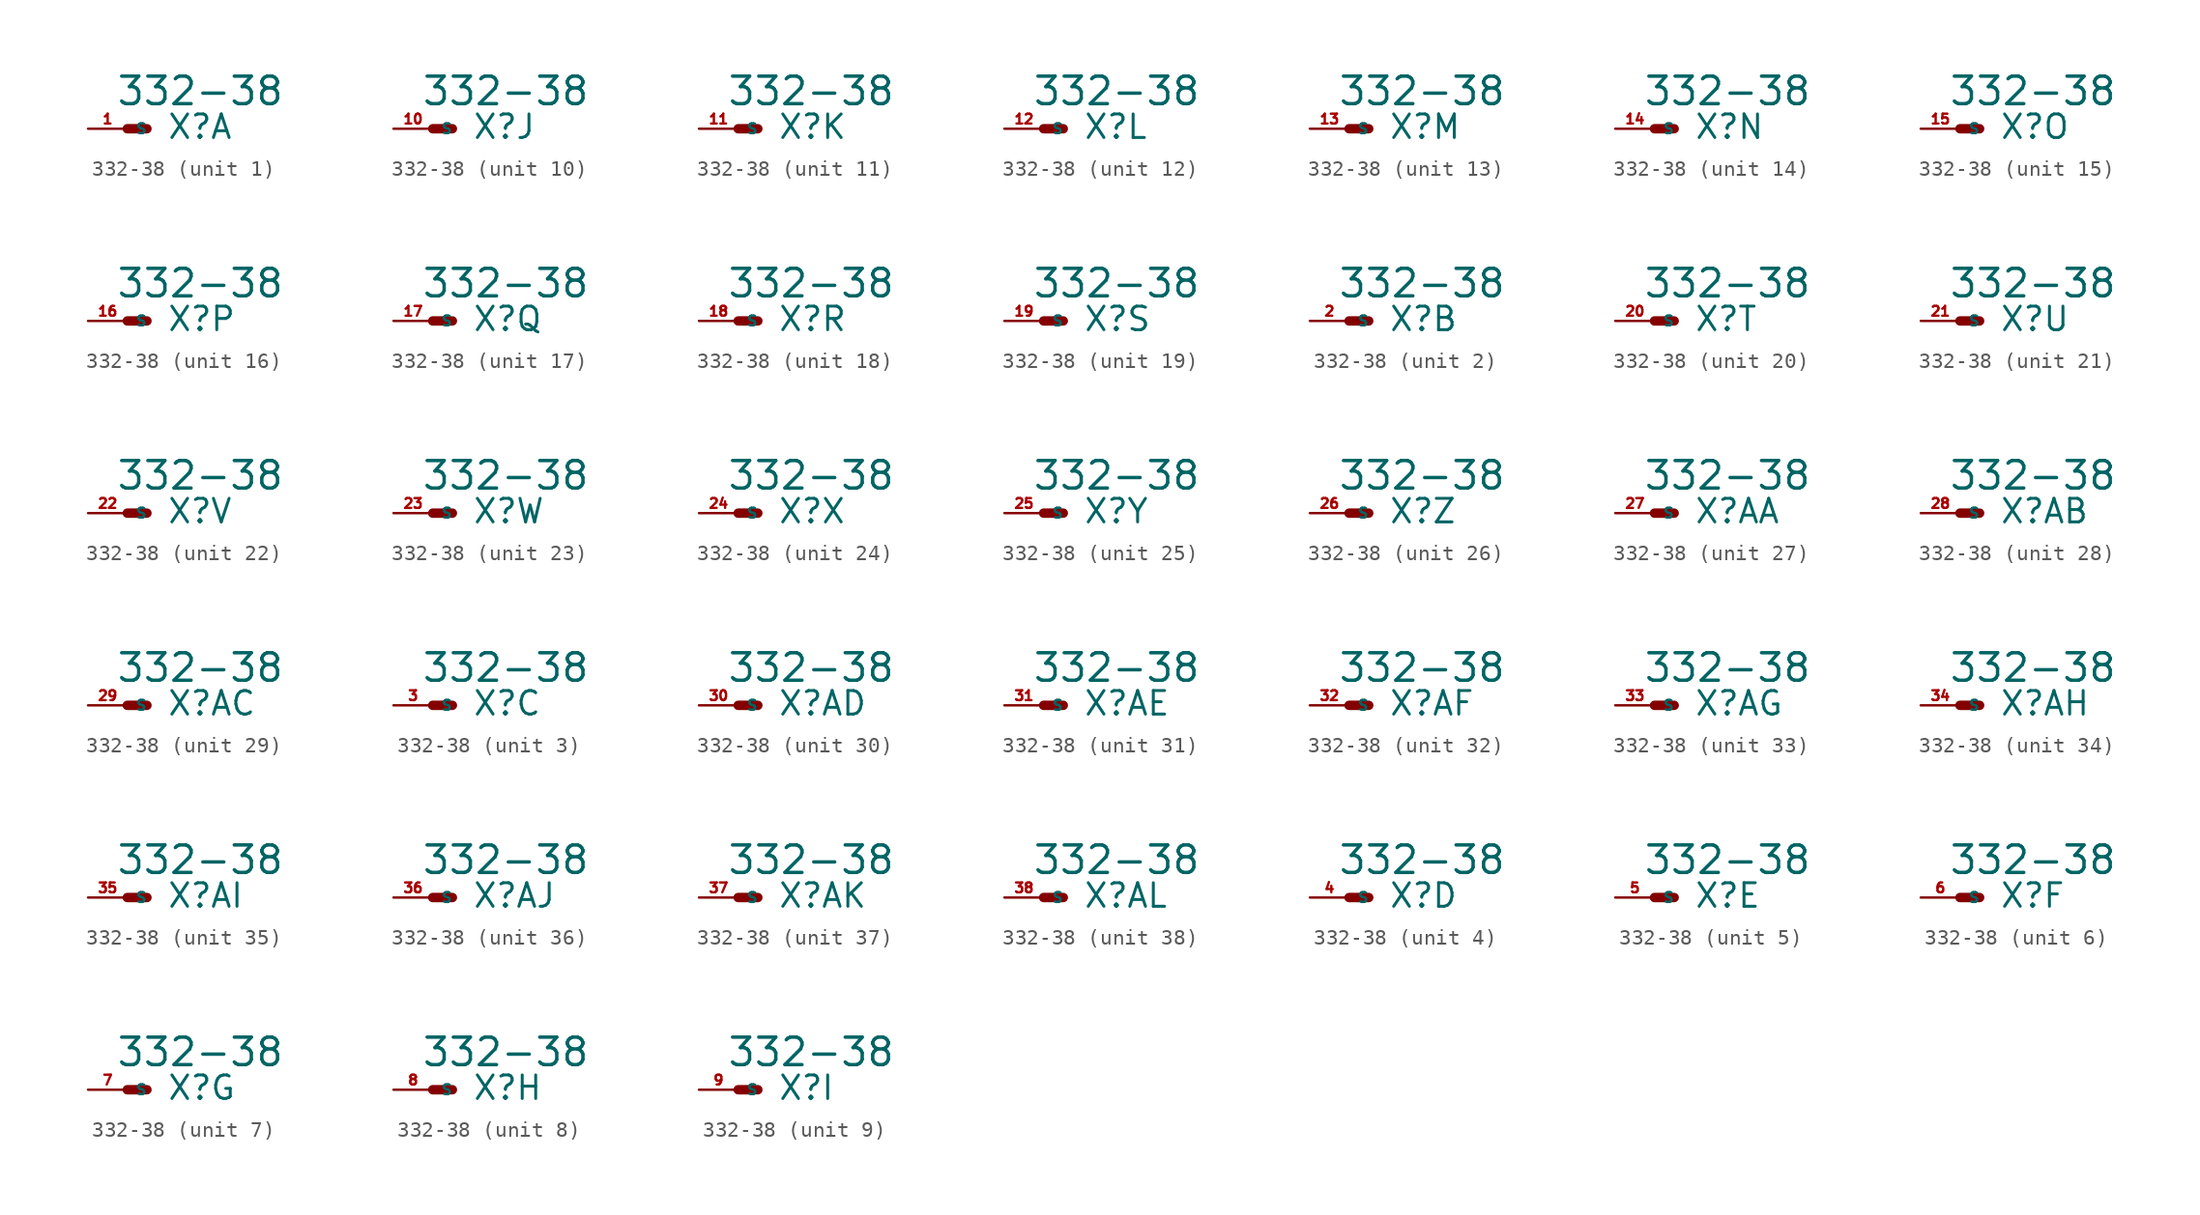
<source format=kicad_sym>
(kicad_symbol_lib
  (version 20220914)
  (generator Eagle2Kicad)
  (symbol "332-38"
    (property "Reference" "X"
      (at 2.54 -0.762 0)
      (effects (font (size 1.524 1.524) (thickness 0.19)) (justify left bottom)))
    (property "Value" "332-38"
      (at -0.762 1.397 0)
      (effects (font (size 1.778 1.778) (thickness 0.22)) (justify left bottom)))
    (symbol "332-38_1_0"
      (polyline (pts (xy 1.27 0) (xy 0 0)) (stroke (width 0.61) (type default)) (fill (type none)))
      (pin passive line (at -2.54 0 0) (length 2.54) (name "S" (effects (font (size 0.635 0.635) (thickness 0.08)) (justify left bottom))) (number "1" (effects (font (size 0.635 0.635) (thickness 0.08)) (justify left bottom)))))
    (symbol "332-38_2_0"
      (polyline (pts (xy 1.27 0) (xy 0 0)) (stroke (width 0.61) (type default)) (fill (type none)))
      (pin passive line (at -2.54 0 0) (length 2.54) (name "S" (effects (font (size 0.635 0.635) (thickness 0.08)) (justify left bottom))) (number "2" (effects (font (size 0.635 0.635) (thickness 0.08)) (justify left bottom)))))
    (symbol "332-38_3_0"
      (polyline (pts (xy 1.27 0) (xy 0 0)) (stroke (width 0.61) (type default)) (fill (type none)))
      (pin passive line (at -2.54 0 0) (length 2.54) (name "S" (effects (font (size 0.635 0.635) (thickness 0.08)) (justify left bottom))) (number "3" (effects (font (size 0.635 0.635) (thickness 0.08)) (justify left bottom)))))
    (symbol "332-38_4_0"
      (polyline (pts (xy 1.27 0) (xy 0 0)) (stroke (width 0.61) (type default)) (fill (type none)))
      (pin passive line (at -2.54 0 0) (length 2.54) (name "S" (effects (font (size 0.635 0.635) (thickness 0.08)) (justify left bottom))) (number "4" (effects (font (size 0.635 0.635) (thickness 0.08)) (justify left bottom)))))
    (symbol "332-38_5_0"
      (polyline (pts (xy 1.27 0) (xy 0 0)) (stroke (width 0.61) (type default)) (fill (type none)))
      (pin passive line (at -2.54 0 0) (length 2.54) (name "S" (effects (font (size 0.635 0.635) (thickness 0.08)) (justify left bottom))) (number "5" (effects (font (size 0.635 0.635) (thickness 0.08)) (justify left bottom)))))
    (symbol "332-38_6_0"
      (polyline (pts (xy 1.27 0) (xy 0 0)) (stroke (width 0.61) (type default)) (fill (type none)))
      (pin passive line (at -2.54 0 0) (length 2.54) (name "S" (effects (font (size 0.635 0.635) (thickness 0.08)) (justify left bottom))) (number "6" (effects (font (size 0.635 0.635) (thickness 0.08)) (justify left bottom)))))
    (symbol "332-38_7_0"
      (polyline (pts (xy 1.27 0) (xy 0 0)) (stroke (width 0.61) (type default)) (fill (type none)))
      (pin passive line (at -2.54 0 0) (length 2.54) (name "S" (effects (font (size 0.635 0.635) (thickness 0.08)) (justify left bottom))) (number "7" (effects (font (size 0.635 0.635) (thickness 0.08)) (justify left bottom)))))
    (symbol "332-38_8_0"
      (polyline (pts (xy 1.27 0) (xy 0 0)) (stroke (width 0.61) (type default)) (fill (type none)))
      (pin passive line (at -2.54 0 0) (length 2.54) (name "S" (effects (font (size 0.635 0.635) (thickness 0.08)) (justify left bottom))) (number "8" (effects (font (size 0.635 0.635) (thickness 0.08)) (justify left bottom)))))
    (symbol "332-38_9_0"
      (polyline (pts (xy 1.27 0) (xy 0 0)) (stroke (width 0.61) (type default)) (fill (type none)))
      (pin passive line (at -2.54 0 0) (length 2.54) (name "S" (effects (font (size 0.635 0.635) (thickness 0.08)) (justify left bottom))) (number "9" (effects (font (size 0.635 0.635) (thickness 0.08)) (justify left bottom)))))
    (symbol "332-38_10_0"
      (polyline (pts (xy 1.27 0) (xy 0 0)) (stroke (width 0.61) (type default)) (fill (type none)))
      (pin passive line (at -2.54 0 0) (length 2.54) (name "S" (effects (font (size 0.635 0.635) (thickness 0.08)) (justify left bottom))) (number "10" (effects (font (size 0.635 0.635) (thickness 0.08)) (justify left bottom)))))
    (symbol "332-38_11_0"
      (polyline (pts (xy 1.27 0) (xy 0 0)) (stroke (width 0.61) (type default)) (fill (type none)))
      (pin passive line (at -2.54 0 0) (length 2.54) (name "S" (effects (font (size 0.635 0.635) (thickness 0.08)) (justify left bottom))) (number "11" (effects (font (size 0.635 0.635) (thickness 0.08)) (justify left bottom)))))
    (symbol "332-38_12_0"
      (polyline (pts (xy 1.27 0) (xy 0 0)) (stroke (width 0.61) (type default)) (fill (type none)))
      (pin passive line (at -2.54 0 0) (length 2.54) (name "S" (effects (font (size 0.635 0.635) (thickness 0.08)) (justify left bottom))) (number "12" (effects (font (size 0.635 0.635) (thickness 0.08)) (justify left bottom)))))
    (symbol "332-38_13_0"
      (polyline (pts (xy 1.27 0) (xy 0 0)) (stroke (width 0.61) (type default)) (fill (type none)))
      (pin passive line (at -2.54 0 0) (length 2.54) (name "S" (effects (font (size 0.635 0.635) (thickness 0.08)) (justify left bottom))) (number "13" (effects (font (size 0.635 0.635) (thickness 0.08)) (justify left bottom)))))
    (symbol "332-38_14_0"
      (polyline (pts (xy 1.27 0) (xy 0 0)) (stroke (width 0.61) (type default)) (fill (type none)))
      (pin passive line (at -2.54 0 0) (length 2.54) (name "S" (effects (font (size 0.635 0.635) (thickness 0.08)) (justify left bottom))) (number "14" (effects (font (size 0.635 0.635) (thickness 0.08)) (justify left bottom)))))
    (symbol "332-38_15_0"
      (polyline (pts (xy 1.27 0) (xy 0 0)) (stroke (width 0.61) (type default)) (fill (type none)))
      (pin passive line (at -2.54 0 0) (length 2.54) (name "S" (effects (font (size 0.635 0.635) (thickness 0.08)) (justify left bottom))) (number "15" (effects (font (size 0.635 0.635) (thickness 0.08)) (justify left bottom)))))
    (symbol "332-38_16_0"
      (polyline (pts (xy 1.27 0) (xy 0 0)) (stroke (width 0.61) (type default)) (fill (type none)))
      (pin passive line (at -2.54 0 0) (length 2.54) (name "S" (effects (font (size 0.635 0.635) (thickness 0.08)) (justify left bottom))) (number "16" (effects (font (size 0.635 0.635) (thickness 0.08)) (justify left bottom)))))
    (symbol "332-38_17_0"
      (polyline (pts (xy 1.27 0) (xy 0 0)) (stroke (width 0.61) (type default)) (fill (type none)))
      (pin passive line (at -2.54 0 0) (length 2.54) (name "S" (effects (font (size 0.635 0.635) (thickness 0.08)) (justify left bottom))) (number "17" (effects (font (size 0.635 0.635) (thickness 0.08)) (justify left bottom)))))
    (symbol "332-38_18_0"
      (polyline (pts (xy 1.27 0) (xy 0 0)) (stroke (width 0.61) (type default)) (fill (type none)))
      (pin passive line (at -2.54 0 0) (length 2.54) (name "S" (effects (font (size 0.635 0.635) (thickness 0.08)) (justify left bottom))) (number "18" (effects (font (size 0.635 0.635) (thickness 0.08)) (justify left bottom)))))
    (symbol "332-38_19_0"
      (polyline (pts (xy 1.27 0) (xy 0 0)) (stroke (width 0.61) (type default)) (fill (type none)))
      (pin passive line (at -2.54 0 0) (length 2.54) (name "S" (effects (font (size 0.635 0.635) (thickness 0.08)) (justify left bottom))) (number "19" (effects (font (size 0.635 0.635) (thickness 0.08)) (justify left bottom)))))
    (symbol "332-38_20_0"
      (polyline (pts (xy 1.27 0) (xy 0 0)) (stroke (width 0.61) (type default)) (fill (type none)))
      (pin passive line (at -2.54 0 0) (length 2.54) (name "S" (effects (font (size 0.635 0.635) (thickness 0.08)) (justify left bottom))) (number "20" (effects (font (size 0.635 0.635) (thickness 0.08)) (justify left bottom)))))
    (symbol "332-38_21_0"
      (polyline (pts (xy 1.27 0) (xy 0 0)) (stroke (width 0.61) (type default)) (fill (type none)))
      (pin passive line (at -2.54 0 0) (length 2.54) (name "S" (effects (font (size 0.635 0.635) (thickness 0.08)) (justify left bottom))) (number "21" (effects (font (size 0.635 0.635) (thickness 0.08)) (justify left bottom)))))
    (symbol "332-38_22_0"
      (polyline (pts (xy 1.27 0) (xy 0 0)) (stroke (width 0.61) (type default)) (fill (type none)))
      (pin passive line (at -2.54 0 0) (length 2.54) (name "S" (effects (font (size 0.635 0.635) (thickness 0.08)) (justify left bottom))) (number "22" (effects (font (size 0.635 0.635) (thickness 0.08)) (justify left bottom)))))
    (symbol "332-38_23_0"
      (polyline (pts (xy 1.27 0) (xy 0 0)) (stroke (width 0.61) (type default)) (fill (type none)))
      (pin passive line (at -2.54 0 0) (length 2.54) (name "S" (effects (font (size 0.635 0.635) (thickness 0.08)) (justify left bottom))) (number "23" (effects (font (size 0.635 0.635) (thickness 0.08)) (justify left bottom)))))
    (symbol "332-38_24_0"
      (polyline (pts (xy 1.27 0) (xy 0 0)) (stroke (width 0.61) (type default)) (fill (type none)))
      (pin passive line (at -2.54 0 0) (length 2.54) (name "S" (effects (font (size 0.635 0.635) (thickness 0.08)) (justify left bottom))) (number "24" (effects (font (size 0.635 0.635) (thickness 0.08)) (justify left bottom)))))
    (symbol "332-38_25_0"
      (polyline (pts (xy 1.27 0) (xy 0 0)) (stroke (width 0.61) (type default)) (fill (type none)))
      (pin passive line (at -2.54 0 0) (length 2.54) (name "S" (effects (font (size 0.635 0.635) (thickness 0.08)) (justify left bottom))) (number "25" (effects (font (size 0.635 0.635) (thickness 0.08)) (justify left bottom)))))
    (symbol "332-38_26_0"
      (polyline (pts (xy 1.27 0) (xy 0 0)) (stroke (width 0.61) (type default)) (fill (type none)))
      (pin passive line (at -2.54 0 0) (length 2.54) (name "S" (effects (font (size 0.635 0.635) (thickness 0.08)) (justify left bottom))) (number "26" (effects (font (size 0.635 0.635) (thickness 0.08)) (justify left bottom)))))
    (symbol "332-38_27_0"
      (polyline (pts (xy 1.27 0) (xy 0 0)) (stroke (width 0.61) (type default)) (fill (type none)))
      (pin passive line (at -2.54 0 0) (length 2.54) (name "S" (effects (font (size 0.635 0.635) (thickness 0.08)) (justify left bottom))) (number "27" (effects (font (size 0.635 0.635) (thickness 0.08)) (justify left bottom)))))
    (symbol "332-38_28_0"
      (polyline (pts (xy 1.27 0) (xy 0 0)) (stroke (width 0.61) (type default)) (fill (type none)))
      (pin passive line (at -2.54 0 0) (length 2.54) (name "S" (effects (font (size 0.635 0.635) (thickness 0.08)) (justify left bottom))) (number "28" (effects (font (size 0.635 0.635) (thickness 0.08)) (justify left bottom)))))
    (symbol "332-38_29_0"
      (polyline (pts (xy 1.27 0) (xy 0 0)) (stroke (width 0.61) (type default)) (fill (type none)))
      (pin passive line (at -2.54 0 0) (length 2.54) (name "S" (effects (font (size 0.635 0.635) (thickness 0.08)) (justify left bottom))) (number "29" (effects (font (size 0.635 0.635) (thickness 0.08)) (justify left bottom)))))
    (symbol "332-38_30_0"
      (polyline (pts (xy 1.27 0) (xy 0 0)) (stroke (width 0.61) (type default)) (fill (type none)))
      (pin passive line (at -2.54 0 0) (length 2.54) (name "S" (effects (font (size 0.635 0.635) (thickness 0.08)) (justify left bottom))) (number "30" (effects (font (size 0.635 0.635) (thickness 0.08)) (justify left bottom)))))
    (symbol "332-38_31_0"
      (polyline (pts (xy 1.27 0) (xy 0 0)) (stroke (width 0.61) (type default)) (fill (type none)))
      (pin passive line (at -2.54 0 0) (length 2.54) (name "S" (effects (font (size 0.635 0.635) (thickness 0.08)) (justify left bottom))) (number "31" (effects (font (size 0.635 0.635) (thickness 0.08)) (justify left bottom)))))
    (symbol "332-38_32_0"
      (polyline (pts (xy 1.27 0) (xy 0 0)) (stroke (width 0.61) (type default)) (fill (type none)))
      (pin passive line (at -2.54 0 0) (length 2.54) (name "S" (effects (font (size 0.635 0.635) (thickness 0.08)) (justify left bottom))) (number "32" (effects (font (size 0.635 0.635) (thickness 0.08)) (justify left bottom)))))
    (symbol "332-38_33_0"
      (polyline (pts (xy 1.27 0) (xy 0 0)) (stroke (width 0.61) (type default)) (fill (type none)))
      (pin passive line (at -2.54 0 0) (length 2.54) (name "S" (effects (font (size 0.635 0.635) (thickness 0.08)) (justify left bottom))) (number "33" (effects (font (size 0.635 0.635) (thickness 0.08)) (justify left bottom)))))
    (symbol "332-38_34_0"
      (polyline (pts (xy 1.27 0) (xy 0 0)) (stroke (width 0.61) (type default)) (fill (type none)))
      (pin passive line (at -2.54 0 0) (length 2.54) (name "S" (effects (font (size 0.635 0.635) (thickness 0.08)) (justify left bottom))) (number "34" (effects (font (size 0.635 0.635) (thickness 0.08)) (justify left bottom)))))
    (symbol "332-38_35_0"
      (polyline (pts (xy 1.27 0) (xy 0 0)) (stroke (width 0.61) (type default)) (fill (type none)))
      (pin passive line (at -2.54 0 0) (length 2.54) (name "S" (effects (font (size 0.635 0.635) (thickness 0.08)) (justify left bottom))) (number "35" (effects (font (size 0.635 0.635) (thickness 0.08)) (justify left bottom)))))
    (symbol "332-38_36_0"
      (polyline (pts (xy 1.27 0) (xy 0 0)) (stroke (width 0.61) (type default)) (fill (type none)))
      (pin passive line (at -2.54 0 0) (length 2.54) (name "S" (effects (font (size 0.635 0.635) (thickness 0.08)) (justify left bottom))) (number "36" (effects (font (size 0.635 0.635) (thickness 0.08)) (justify left bottom)))))
    (symbol "332-38_37_0"
      (polyline (pts (xy 1.27 0) (xy 0 0)) (stroke (width 0.61) (type default)) (fill (type none)))
      (pin passive line (at -2.54 0 0) (length 2.54) (name "S" (effects (font (size 0.635 0.635) (thickness 0.08)) (justify left bottom))) (number "37" (effects (font (size 0.635 0.635) (thickness 0.08)) (justify left bottom)))))
    (symbol "332-38_38_0"
      (polyline (pts (xy 1.27 0) (xy 0 0)) (stroke (width 0.61) (type default)) (fill (type none)))
      (pin passive line (at -2.54 0 0) (length 2.54) (name "S" (effects (font (size 0.635 0.635) (thickness 0.08)) (justify left bottom))) (number "38" (effects (font (size 0.635 0.635) (thickness 0.08)) (justify left bottom)))))))
</source>
